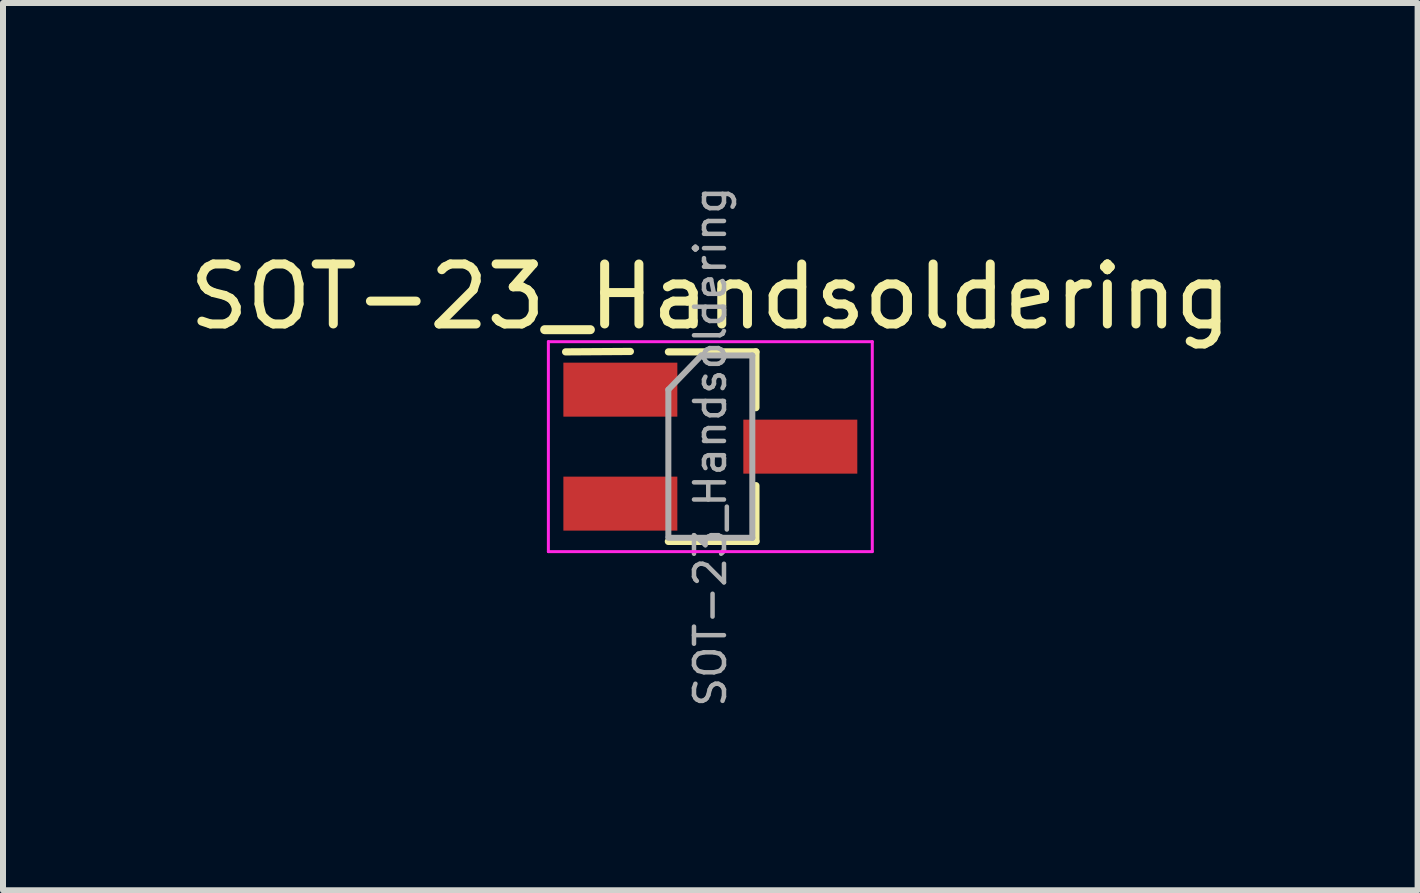
<source format=kicad_pcb>
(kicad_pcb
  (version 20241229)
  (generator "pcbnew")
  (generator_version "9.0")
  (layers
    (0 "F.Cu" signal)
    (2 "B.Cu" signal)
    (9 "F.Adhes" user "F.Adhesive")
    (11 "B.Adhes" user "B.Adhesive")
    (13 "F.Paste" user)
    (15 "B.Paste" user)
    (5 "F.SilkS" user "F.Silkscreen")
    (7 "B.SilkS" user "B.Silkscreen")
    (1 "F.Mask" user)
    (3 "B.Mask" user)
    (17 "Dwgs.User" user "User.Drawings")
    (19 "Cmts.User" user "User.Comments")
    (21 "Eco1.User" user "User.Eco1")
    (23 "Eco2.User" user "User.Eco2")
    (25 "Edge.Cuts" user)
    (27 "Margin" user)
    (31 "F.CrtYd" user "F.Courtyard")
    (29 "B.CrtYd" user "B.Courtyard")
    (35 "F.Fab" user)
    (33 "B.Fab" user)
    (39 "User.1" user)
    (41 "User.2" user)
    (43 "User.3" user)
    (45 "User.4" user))
  (footprint "SOT-23_Handsoldering"
    (layer "F.Cu")
    (at 8.792 4.396)
    (property "Reference" "SOT-23_Handsoldering" (at 0 -2.5 0) (layer "F.SilkS") (effects (font (size 1 1) (thickness 0.15))))
    (attr smd)
    (fp_line (start -1.333 -1.587) (end -2.413 -1.58) (stroke (width 0.12) (type solid)) (layer "F.SilkS"))
    (fp_line (start 0.76 -1.58) (end -0.699 -1.58) (stroke (width 0.12) (type solid)) (layer "F.SilkS"))
    (fp_line (start 0.76 -1.58) (end 0.76 -0.65) (stroke (width 0.12) (type solid)) (layer "F.SilkS"))
    (fp_line (start 0.76 1.58) (end -0.7 1.58) (stroke (width 0.12) (type solid)) (layer "F.SilkS"))
    (fp_line (start 0.76 1.58) (end 0.76 0.65) (stroke (width 0.12) (type solid)) (layer "F.SilkS"))
    (fp_line (start -2.7 -1.75) (end 2.7 -1.75) (stroke (width 0.05) (type solid)) (layer "F.CrtYd"))
    (fp_line (start -2.7 1.75) (end -2.7 -1.75) (stroke (width 0.05) (type solid)) (layer "F.CrtYd"))
    (fp_line (start 2.7 -1.75) (end 2.7 1.75) (stroke (width 0.05) (type solid)) (layer "F.CrtYd"))
    (fp_line (start 2.7 1.75) (end -2.7 1.75) (stroke (width 0.05) (type solid)) (layer "F.CrtYd"))
    (fp_line (start -0.7 -0.95) (end -0.7 1.5) (stroke (width 0.1) (type solid)) (layer "F.Fab"))
    (fp_line (start -0.7 -0.95) (end -0.15 -1.52) (stroke (width 0.1) (type solid)) (layer "F.Fab"))
    (fp_line (start -0.7 1.52) (end 0.7 1.52) (stroke (width 0.1) (type solid)) (layer "F.Fab"))
    (fp_line (start -0.15 -1.52) (end 0.7 -1.52) (stroke (width 0.1) (type solid)) (layer "F.Fab"))
    (fp_line (start 0.7 -1.52) (end 0.7 1.52) (stroke (width 0.1) (type solid)) (layer "F.Fab"))
    (fp_text user "${REFERENCE}" (at 0 0 90) (layer "F.Fab") (effects (font (size 0.5 0.5) (thickness 0.075))))
    (pad "D" smd rect (at 1.5 0) (size 1.9 0.9) (layers "F.Cu" "F.Mask" "F.Paste"))
    (pad "G" smd rect (at -1.5 -0.95) (size 1.9 0.9) (layers "F.Cu" "F.Mask" "F.Paste"))
    (pad "S" smd rect (at -1.5 0.95) (size 1.9 0.9) (layers "F.Cu" "F.Mask" "F.Paste")))
  (gr_rect
    (start -3 -3)
    (end 20.583 11.792)
    (stroke (width 0.1) (type default))
    (fill no)
    (layer "Edge.Cuts")))
</source>
